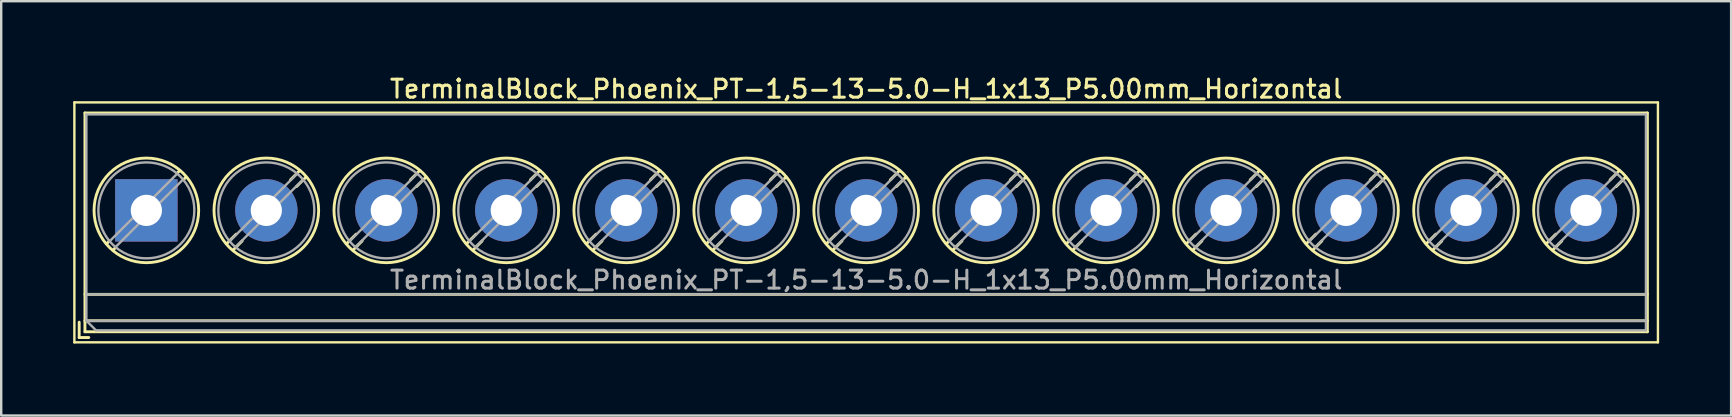
<source format=kicad_pcb>
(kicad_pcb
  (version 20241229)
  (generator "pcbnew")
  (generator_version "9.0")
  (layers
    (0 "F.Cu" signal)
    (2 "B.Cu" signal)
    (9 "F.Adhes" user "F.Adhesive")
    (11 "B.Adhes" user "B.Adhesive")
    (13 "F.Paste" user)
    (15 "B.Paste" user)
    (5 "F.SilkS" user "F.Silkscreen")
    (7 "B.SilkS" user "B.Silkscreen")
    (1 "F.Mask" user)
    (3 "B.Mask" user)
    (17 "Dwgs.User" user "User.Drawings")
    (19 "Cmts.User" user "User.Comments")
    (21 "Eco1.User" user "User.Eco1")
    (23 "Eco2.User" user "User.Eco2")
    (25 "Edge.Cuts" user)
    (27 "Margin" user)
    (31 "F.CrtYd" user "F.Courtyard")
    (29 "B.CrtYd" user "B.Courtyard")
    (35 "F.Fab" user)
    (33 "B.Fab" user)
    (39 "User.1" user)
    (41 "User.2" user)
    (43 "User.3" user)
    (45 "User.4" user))
  (footprint "TerminalBlock_Phoenix_PT-1,5-13-5.0-H_1x13_P5.00mm_Horizontal"
    (layer "F.Cu")
    (at 3.05 5.718)
    (property "Reference" "TerminalBlock_Phoenix_PT-1,5-13-5.0-H_1x13_P5.00mm_Horizontal" (at 30 -5.06 0) (layer "F.SilkS") (effects (font (size 0.75 0.75) (thickness 0.125))))
    (attr through_hole)
    (fp_line (start -3 -4.5) (end -3 5.5) (stroke (width 0.1) (type solid)) (layer "F.SilkS"))
    (fp_line (start -3 5.5) (end 63 5.5) (stroke (width 0.1) (type solid)) (layer "F.SilkS"))
    (fp_line (start -2.8 4.66) (end -2.8 5.3) (stroke (width 0.12) (type solid)) (layer "F.SilkS"))
    (fp_line (start -2.8 5.3) (end -2.4 5.3) (stroke (width 0.12) (type solid)) (layer "F.SilkS"))
    (fp_line (start -2.56 -4.06) (end -2.56 5.06) (stroke (width 0.12) (type solid)) (layer "F.SilkS"))
    (fp_line (start -2.56 -4.06) (end 62.56 -4.06) (stroke (width 0.12) (type solid)) (layer "F.SilkS"))
    (fp_line (start -2.56 3.5) (end 62.56 3.5) (stroke (width 0.12) (type solid)) (layer "F.SilkS"))
    (fp_line (start -2.56 4.6) (end 62.56 4.6) (stroke (width 0.12) (type solid)) (layer "F.SilkS"))
    (fp_line (start -2.56 5.06) (end 62.56 5.06) (stroke (width 0.12) (type solid)) (layer "F.SilkS"))
    (fp_line (start -1.548 1.281) (end -1.654 1.388) (stroke (width 0.12) (type solid)) (layer "F.SilkS"))
    (fp_line (start -1.282 1.547) (end -1.388 1.654) (stroke (width 0.12) (type solid)) (layer "F.SilkS"))
    (fp_line (start 1.388 -1.654) (end 1.281 -1.547) (stroke (width 0.12) (type solid)) (layer "F.SilkS"))
    (fp_line (start 1.654 -1.388) (end 1.547 -1.281) (stroke (width 0.12) (type solid)) (layer "F.SilkS"))
    (fp_line (start 3.742 0.992) (end 3.347 1.388) (stroke (width 0.12) (type solid)) (layer "F.SilkS"))
    (fp_line (start 3.993 1.274) (end 3.613 1.654) (stroke (width 0.12) (type solid)) (layer "F.SilkS"))
    (fp_line (start 6.388 -1.654) (end 6.008 -1.274) (stroke (width 0.12) (type solid)) (layer "F.SilkS"))
    (fp_line (start 6.654 -1.388) (end 6.259 -0.992) (stroke (width 0.12) (type solid)) (layer "F.SilkS"))
    (fp_line (start 8.742 0.992) (end 8.347 1.388) (stroke (width 0.12) (type solid)) (layer "F.SilkS"))
    (fp_line (start 8.993 1.274) (end 8.613 1.654) (stroke (width 0.12) (type solid)) (layer "F.SilkS"))
    (fp_line (start 11.388 -1.654) (end 11.008 -1.274) (stroke (width 0.12) (type solid)) (layer "F.SilkS"))
    (fp_line (start 11.654 -1.388) (end 11.259 -0.992) (stroke (width 0.12) (type solid)) (layer "F.SilkS"))
    (fp_line (start 13.742 0.992) (end 13.347 1.388) (stroke (width 0.12) (type solid)) (layer "F.SilkS"))
    (fp_line (start 13.993 1.274) (end 13.613 1.654) (stroke (width 0.12) (type solid)) (layer "F.SilkS"))
    (fp_line (start 16.388 -1.654) (end 16.008 -1.274) (stroke (width 0.12) (type solid)) (layer "F.SilkS"))
    (fp_line (start 16.654 -1.388) (end 16.259 -0.992) (stroke (width 0.12) (type solid)) (layer "F.SilkS"))
    (fp_line (start 18.742 0.992) (end 18.347 1.388) (stroke (width 0.12) (type solid)) (layer "F.SilkS"))
    (fp_line (start 18.993 1.274) (end 18.613 1.654) (stroke (width 0.12) (type solid)) (layer "F.SilkS"))
    (fp_line (start 21.388 -1.654) (end 21.008 -1.274) (stroke (width 0.12) (type solid)) (layer "F.SilkS"))
    (fp_line (start 21.654 -1.388) (end 21.259 -0.992) (stroke (width 0.12) (type solid)) (layer "F.SilkS"))
    (fp_line (start 23.742 0.992) (end 23.347 1.388) (stroke (width 0.12) (type solid)) (layer "F.SilkS"))
    (fp_line (start 23.993 1.274) (end 23.613 1.654) (stroke (width 0.12) (type solid)) (layer "F.SilkS"))
    (fp_line (start 26.388 -1.654) (end 26.008 -1.274) (stroke (width 0.12) (type solid)) (layer "F.SilkS"))
    (fp_line (start 26.654 -1.388) (end 26.259 -0.992) (stroke (width 0.12) (type solid)) (layer "F.SilkS"))
    (fp_line (start 28.742 0.992) (end 28.347 1.388) (stroke (width 0.12) (type solid)) (layer "F.SilkS"))
    (fp_line (start 28.993 1.274) (end 28.613 1.654) (stroke (width 0.12) (type solid)) (layer "F.SilkS"))
    (fp_line (start 31.388 -1.654) (end 31.008 -1.274) (stroke (width 0.12) (type solid)) (layer "F.SilkS"))
    (fp_line (start 31.654 -1.388) (end 31.259 -0.992) (stroke (width 0.12) (type solid)) (layer "F.SilkS"))
    (fp_line (start 33.742 0.992) (end 33.347 1.388) (stroke (width 0.12) (type solid)) (layer "F.SilkS"))
    (fp_line (start 33.993 1.274) (end 33.613 1.654) (stroke (width 0.12) (type solid)) (layer "F.SilkS"))
    (fp_line (start 36.388 -1.654) (end 36.008 -1.274) (stroke (width 0.12) (type solid)) (layer "F.SilkS"))
    (fp_line (start 36.654 -1.388) (end 36.259 -0.992) (stroke (width 0.12) (type solid)) (layer "F.SilkS"))
    (fp_line (start 38.742 0.992) (end 38.347 1.388) (stroke (width 0.12) (type solid)) (layer "F.SilkS"))
    (fp_line (start 38.993 1.274) (end 38.613 1.654) (stroke (width 0.12) (type solid)) (layer "F.SilkS"))
    (fp_line (start 41.388 -1.654) (end 41.008 -1.274) (stroke (width 0.12) (type solid)) (layer "F.SilkS"))
    (fp_line (start 41.654 -1.388) (end 41.259 -0.992) (stroke (width 0.12) (type solid)) (layer "F.SilkS"))
    (fp_line (start 43.742 0.992) (end 43.347 1.388) (stroke (width 0.12) (type solid)) (layer "F.SilkS"))
    (fp_line (start 43.993 1.274) (end 43.613 1.654) (stroke (width 0.12) (type solid)) (layer "F.SilkS"))
    (fp_line (start 46.388 -1.654) (end 46.008 -1.274) (stroke (width 0.12) (type solid)) (layer "F.SilkS"))
    (fp_line (start 46.654 -1.388) (end 46.259 -0.992) (stroke (width 0.12) (type solid)) (layer "F.SilkS"))
    (fp_line (start 48.742 0.992) (end 48.347 1.388) (stroke (width 0.12) (type solid)) (layer "F.SilkS"))
    (fp_line (start 48.993 1.274) (end 48.613 1.654) (stroke (width 0.12) (type solid)) (layer "F.SilkS"))
    (fp_line (start 51.388 -1.654) (end 51.008 -1.274) (stroke (width 0.12) (type solid)) (layer "F.SilkS"))
    (fp_line (start 51.654 -1.388) (end 51.259 -0.992) (stroke (width 0.12) (type solid)) (layer "F.SilkS"))
    (fp_line (start 53.742 0.992) (end 53.347 1.388) (stroke (width 0.12) (type solid)) (layer "F.SilkS"))
    (fp_line (start 53.993 1.274) (end 53.613 1.654) (stroke (width 0.12) (type solid)) (layer "F.SilkS"))
    (fp_line (start 56.388 -1.654) (end 56.008 -1.274) (stroke (width 0.12) (type solid)) (layer "F.SilkS"))
    (fp_line (start 56.654 -1.388) (end 56.259 -0.992) (stroke (width 0.12) (type solid)) (layer "F.SilkS"))
    (fp_line (start 58.742 0.992) (end 58.347 1.388) (stroke (width 0.12) (type solid)) (layer "F.SilkS"))
    (fp_line (start 58.993 1.274) (end 58.613 1.654) (stroke (width 0.12) (type solid)) (layer "F.SilkS"))
    (fp_line (start 61.388 -1.654) (end 61.008 -1.274) (stroke (width 0.12) (type solid)) (layer "F.SilkS"))
    (fp_line (start 61.654 -1.388) (end 61.259 -0.992) (stroke (width 0.12) (type solid)) (layer "F.SilkS"))
    (fp_line (start 62.56 -4.06) (end 62.56 5.06) (stroke (width 0.12) (type solid)) (layer "F.SilkS"))
    (fp_line (start 63 -4.5) (end -3 -4.5) (stroke (width 0.1) (type solid)) (layer "F.SilkS"))
    (fp_line (start 63 5.5) (end 63 -4.5) (stroke (width 0.1) (type solid)) (layer "F.SilkS"))
    (fp_circle (center 0 0) (end 2.18 0) (stroke (width 0.12) (type solid)) (fill no) (layer "F.SilkS"))
    (fp_circle (center 5 0) (end 7.18 0) (stroke (width 0.12) (type solid)) (fill no) (layer "F.SilkS"))
    (fp_circle (center 10 0) (end 12.18 0) (stroke (width 0.12) (type solid)) (fill no) (layer "F.SilkS"))
    (fp_circle (center 15 0) (end 17.18 0) (stroke (width 0.12) (type solid)) (fill no) (layer "F.SilkS"))
    (fp_circle (center 20 0) (end 22.18 0) (stroke (width 0.12) (type solid)) (fill no) (layer "F.SilkS"))
    (fp_circle (center 25 0) (end 27.18 0) (stroke (width 0.12) (type solid)) (fill no) (layer "F.SilkS"))
    (fp_circle (center 30 0) (end 32.18 0) (stroke (width 0.12) (type solid)) (fill no) (layer "F.SilkS"))
    (fp_circle (center 35 0) (end 37.18 0) (stroke (width 0.12) (type solid)) (fill no) (layer "F.SilkS"))
    (fp_circle (center 40 0) (end 42.18 0) (stroke (width 0.12) (type solid)) (fill no) (layer "F.SilkS"))
    (fp_circle (center 45 0) (end 47.18 0) (stroke (width 0.12) (type solid)) (fill no) (layer "F.SilkS"))
    (fp_circle (center 50 0) (end 52.18 0) (stroke (width 0.12) (type solid)) (fill no) (layer "F.SilkS"))
    (fp_circle (center 55 0) (end 57.18 0) (stroke (width 0.12) (type solid)) (fill no) (layer "F.SilkS"))
    (fp_circle (center 60 0) (end 62.18 0) (stroke (width 0.12) (type solid)) (fill no) (layer "F.SilkS"))
    (fp_line (start -2.5 -4) (end 62.5 -4) (stroke (width 0.1) (type solid)) (layer "F.Fab"))
    (fp_line (start -2.5 3.5) (end 62.5 3.5) (stroke (width 0.1) (type solid)) (layer "F.Fab"))
    (fp_line (start -2.5 4.6) (end -2.5 -4) (stroke (width 0.1) (type solid)) (layer "F.Fab"))
    (fp_line (start -2.5 4.6) (end 62.5 4.6) (stroke (width 0.1) (type solid)) (layer "F.Fab"))
    (fp_line (start -2.1 5) (end -2.5 4.6) (stroke (width 0.1) (type solid)) (layer "F.Fab"))
    (fp_line (start 1.273 -1.517) (end -1.517 1.273) (stroke (width 0.1) (type solid)) (layer "F.Fab"))
    (fp_line (start 1.517 -1.273) (end -1.273 1.517) (stroke (width 0.1) (type solid)) (layer "F.Fab"))
    (fp_line (start 6.273 -1.517) (end 3.484 1.273) (stroke (width 0.1) (type solid)) (layer "F.Fab"))
    (fp_line (start 6.517 -1.273) (end 3.728 1.517) (stroke (width 0.1) (type solid)) (layer "F.Fab"))
    (fp_line (start 11.273 -1.517) (end 8.484 1.273) (stroke (width 0.1) (type solid)) (layer "F.Fab"))
    (fp_line (start 11.517 -1.273) (end 8.728 1.517) (stroke (width 0.1) (type solid)) (layer "F.Fab"))
    (fp_line (start 16.273 -1.517) (end 13.484 1.273) (stroke (width 0.1) (type solid)) (layer "F.Fab"))
    (fp_line (start 16.517 -1.273) (end 13.728 1.517) (stroke (width 0.1) (type solid)) (layer "F.Fab"))
    (fp_line (start 21.273 -1.517) (end 18.484 1.273) (stroke (width 0.1) (type solid)) (layer "F.Fab"))
    (fp_line (start 21.517 -1.273) (end 18.728 1.517) (stroke (width 0.1) (type solid)) (layer "F.Fab"))
    (fp_line (start 26.273 -1.517) (end 23.484 1.273) (stroke (width 0.1) (type solid)) (layer "F.Fab"))
    (fp_line (start 26.517 -1.273) (end 23.728 1.517) (stroke (width 0.1) (type solid)) (layer "F.Fab"))
    (fp_line (start 31.273 -1.517) (end 28.484 1.273) (stroke (width 0.1) (type solid)) (layer "F.Fab"))
    (fp_line (start 31.517 -1.273) (end 28.728 1.517) (stroke (width 0.1) (type solid)) (layer "F.Fab"))
    (fp_line (start 36.273 -1.517) (end 33.484 1.273) (stroke (width 0.1) (type solid)) (layer "F.Fab"))
    (fp_line (start 36.517 -1.273) (end 33.728 1.517) (stroke (width 0.1) (type solid)) (layer "F.Fab"))
    (fp_line (start 41.273 -1.517) (end 38.484 1.273) (stroke (width 0.1) (type solid)) (layer "F.Fab"))
    (fp_line (start 41.517 -1.273) (end 38.728 1.517) (stroke (width 0.1) (type solid)) (layer "F.Fab"))
    (fp_line (start 46.273 -1.517) (end 43.484 1.273) (stroke (width 0.1) (type solid)) (layer "F.Fab"))
    (fp_line (start 46.517 -1.273) (end 43.728 1.517) (stroke (width 0.1) (type solid)) (layer "F.Fab"))
    (fp_line (start 51.273 -1.517) (end 48.484 1.273) (stroke (width 0.1) (type solid)) (layer "F.Fab"))
    (fp_line (start 51.517 -1.273) (end 48.728 1.517) (stroke (width 0.1) (type solid)) (layer "F.Fab"))
    (fp_line (start 56.273 -1.517) (end 53.484 1.273) (stroke (width 0.1) (type solid)) (layer "F.Fab"))
    (fp_line (start 56.517 -1.273) (end 53.728 1.517) (stroke (width 0.1) (type solid)) (layer "F.Fab"))
    (fp_line (start 61.273 -1.517) (end 58.484 1.273) (stroke (width 0.1) (type solid)) (layer "F.Fab"))
    (fp_line (start 61.517 -1.273) (end 58.728 1.517) (stroke (width 0.1) (type solid)) (layer "F.Fab"))
    (fp_line (start 62.5 -4) (end 62.5 5) (stroke (width 0.1) (type solid)) (layer "F.Fab"))
    (fp_line (start 62.5 5) (end -2.1 5) (stroke (width 0.1) (type solid)) (layer "F.Fab"))
    (fp_circle (center 0 0) (end 2 0) (stroke (width 0.1) (type solid)) (fill no) (layer "F.Fab"))
    (fp_circle (center 5 0) (end 7 0) (stroke (width 0.1) (type solid)) (fill no) (layer "F.Fab"))
    (fp_circle (center 10 0) (end 12 0) (stroke (width 0.1) (type solid)) (fill no) (layer "F.Fab"))
    (fp_circle (center 15 0) (end 17 0) (stroke (width 0.1) (type solid)) (fill no) (layer "F.Fab"))
    (fp_circle (center 20 0) (end 22 0) (stroke (width 0.1) (type solid)) (fill no) (layer "F.Fab"))
    (fp_circle (center 25 0) (end 27 0) (stroke (width 0.1) (type solid)) (fill no) (layer "F.Fab"))
    (fp_circle (center 30 0) (end 32 0) (stroke (width 0.1) (type solid)) (fill no) (layer "F.Fab"))
    (fp_circle (center 35 0) (end 37 0) (stroke (width 0.1) (type solid)) (fill no) (layer "F.Fab"))
    (fp_circle (center 40 0) (end 42 0) (stroke (width 0.1) (type solid)) (fill no) (layer "F.Fab"))
    (fp_circle (center 45 0) (end 47 0) (stroke (width 0.1) (type solid)) (fill no) (layer "F.Fab"))
    (fp_circle (center 50 0) (end 52 0) (stroke (width 0.1) (type solid)) (fill no) (layer "F.Fab"))
    (fp_circle (center 55 0) (end 57 0) (stroke (width 0.1) (type solid)) (fill no) (layer "F.Fab"))
    (fp_circle (center 60 0) (end 62 0) (stroke (width 0.1) (type solid)) (fill no) (layer "F.Fab"))
    (fp_text user "${REFERENCE}" (at 30 2.9 0) (layer "F.Fab") (effects (font (size 0.75 0.75) (thickness 0.125))))
    (pad "1" thru_hole rect (at 0 0) (size 2.6 2.6) (drill 1.3) (layers "*.Cu" "*.Mask"))
    (pad "2" thru_hole circle (at 5 0) (size 2.6 2.6) (drill 1.3) (layers "*.Cu" "*.Mask"))
    (pad "3" thru_hole circle (at 10 0) (size 2.6 2.6) (drill 1.3) (layers "*.Cu" "*.Mask"))
    (pad "4" thru_hole circle (at 15 0) (size 2.6 2.6) (drill 1.3) (layers "*.Cu" "*.Mask"))
    (pad "5" thru_hole circle (at 20 0) (size 2.6 2.6) (drill 1.3) (layers "*.Cu" "*.Mask"))
    (pad "6" thru_hole circle (at 25 0) (size 2.6 2.6) (drill 1.3) (layers "*.Cu" "*.Mask"))
    (pad "7" thru_hole circle (at 30 0) (size 2.6 2.6) (drill 1.3) (layers "*.Cu" "*.Mask"))
    (pad "8" thru_hole circle (at 35 0) (size 2.6 2.6) (drill 1.3) (layers "*.Cu" "*.Mask"))
    (pad "9" thru_hole circle (at 40 0) (size 2.6 2.6) (drill 1.3) (layers "*.Cu" "*.Mask"))
    (pad "10" thru_hole circle (at 45 0) (size 2.6 2.6) (drill 1.3) (layers "*.Cu" "*.Mask"))
    (pad "11" thru_hole circle (at 50 0) (size 2.6 2.6) (drill 1.3) (layers "*.Cu" "*.Mask"))
    (pad "12" thru_hole circle (at 55 0) (size 2.6 2.6) (drill 1.3) (layers "*.Cu" "*.Mask"))
    (pad "13" thru_hole circle (at 60 0) (size 2.6 2.6) (drill 1.3) (layers "*.Cu" "*.Mask")))
  (gr_rect
    (start -3 -3)
    (end 69.1 14.268)
    (stroke (width 0.1) (type default))
    (fill no)
    (layer "Edge.Cuts")))
</source>
